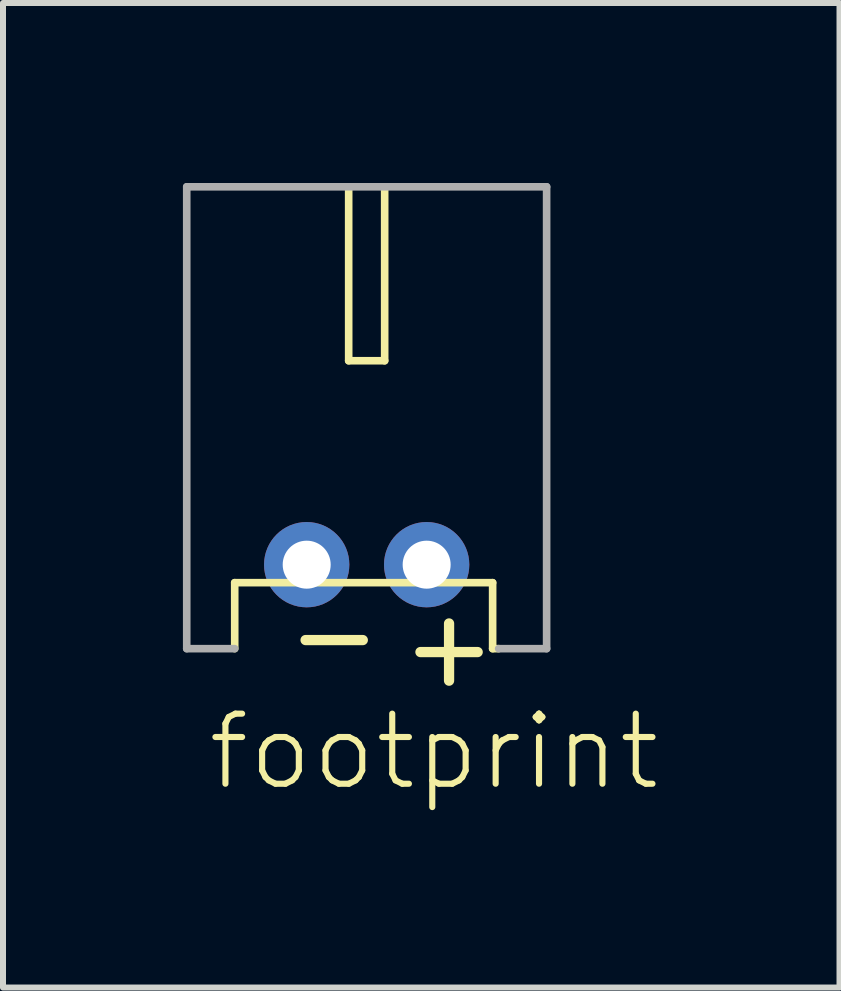
<source format=kicad_pcb>
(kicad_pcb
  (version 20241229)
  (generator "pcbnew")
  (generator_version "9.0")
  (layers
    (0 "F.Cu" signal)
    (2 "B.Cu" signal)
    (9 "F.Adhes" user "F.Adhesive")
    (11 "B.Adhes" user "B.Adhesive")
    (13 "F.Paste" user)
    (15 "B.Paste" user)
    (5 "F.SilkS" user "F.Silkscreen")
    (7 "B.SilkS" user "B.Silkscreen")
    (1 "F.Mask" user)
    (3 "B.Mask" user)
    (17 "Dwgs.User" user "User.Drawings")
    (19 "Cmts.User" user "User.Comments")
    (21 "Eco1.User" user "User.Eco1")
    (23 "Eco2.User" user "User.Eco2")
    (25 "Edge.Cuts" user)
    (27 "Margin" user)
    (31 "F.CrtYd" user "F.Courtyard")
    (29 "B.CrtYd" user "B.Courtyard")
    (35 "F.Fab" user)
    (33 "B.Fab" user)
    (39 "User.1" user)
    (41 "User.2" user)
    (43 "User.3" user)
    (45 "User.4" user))
  (footprint "footprint"
    (layer "F.Cu")
    (at 3.063 6.364)
    (property "Reference" "footprint" (at -2.7 3.8 0) (layer "F.SilkS") (effects (font (size 1.168 1.168) (thickness 0.102)) (justify left bottom)))
    (fp_line (start -2.2 0.3) (end 2.1 0.3) (stroke (width 0.127) (type solid)) (layer "F.SilkS"))
    (fp_line (start -2.2 1.4) (end -2.2 0.3) (stroke (width 0.127) (type solid)) (layer "F.SilkS"))
    (fp_line (start -0.3 -6.3) (end -0.3 -3.4) (stroke (width 0.127) (type solid)) (layer "F.SilkS"))
    (fp_line (start -0.3 -3.4) (end 0.3 -3.4) (stroke (width 0.127) (type solid)) (layer "F.SilkS"))
    (fp_line (start 0.3 -3.4) (end 0.3 -6.3) (stroke (width 0.127) (type solid)) (layer "F.SilkS"))
    (fp_line (start 2.1 0.3) (end 2.1 1.4) (stroke (width 0.127) (type solid)) (layer "F.SilkS"))
    (fp_line (start 2.1 1.4) (end 2.2 1.4) (stroke (width 0.127) (type solid)) (layer "F.SilkS"))
    (fp_line (start -3 -6.3) (end 3 -6.3) (stroke (width 0.127) (type solid)) (layer "F.Fab"))
    (fp_line (start -3 1.4) (end -3 -6.3) (stroke (width 0.127) (type solid)) (layer "F.Fab"))
    (fp_line (start -2.2 1.4) (end -3 1.4) (stroke (width 0.127) (type solid)) (layer "F.Fab"))
    (fp_line (start 3 -6.3) (end 3 1.4) (stroke (width 0.127) (type solid)) (layer "F.Fab"))
    (fp_line (start 3 1.4) (end 2.2 1.4) (stroke (width 0.127) (type solid)) (layer "F.Fab"))
    (fp_text user "-" (at -1.429 1.896 0) (layer "F.SilkS") (effects (font (size 1.252 1.252) (thickness 0.171)) (justify left bottom)))
    (fp_text user "+" (at 0.486 2.096 0) (layer "F.SilkS") (effects (font (size 1.252 1.252) (thickness 0.171)) (justify left bottom)))
    (pad "1" thru_hole circle (at 1 0) (size 1.422 1.422) (drill 0.8) (layers "*.Cu" "*.Mask"))
    (pad "2" thru_hole circle (at -1 0) (size 1.422 1.422) (drill 0.8) (layers "*.Cu" "*.Mask")))
  (gr_rect
    (start -3 -3)
    (end 10.946 13.414)
    (stroke (width 0.1) (type default))
    (fill no)
    (layer "Edge.Cuts")))
</source>
